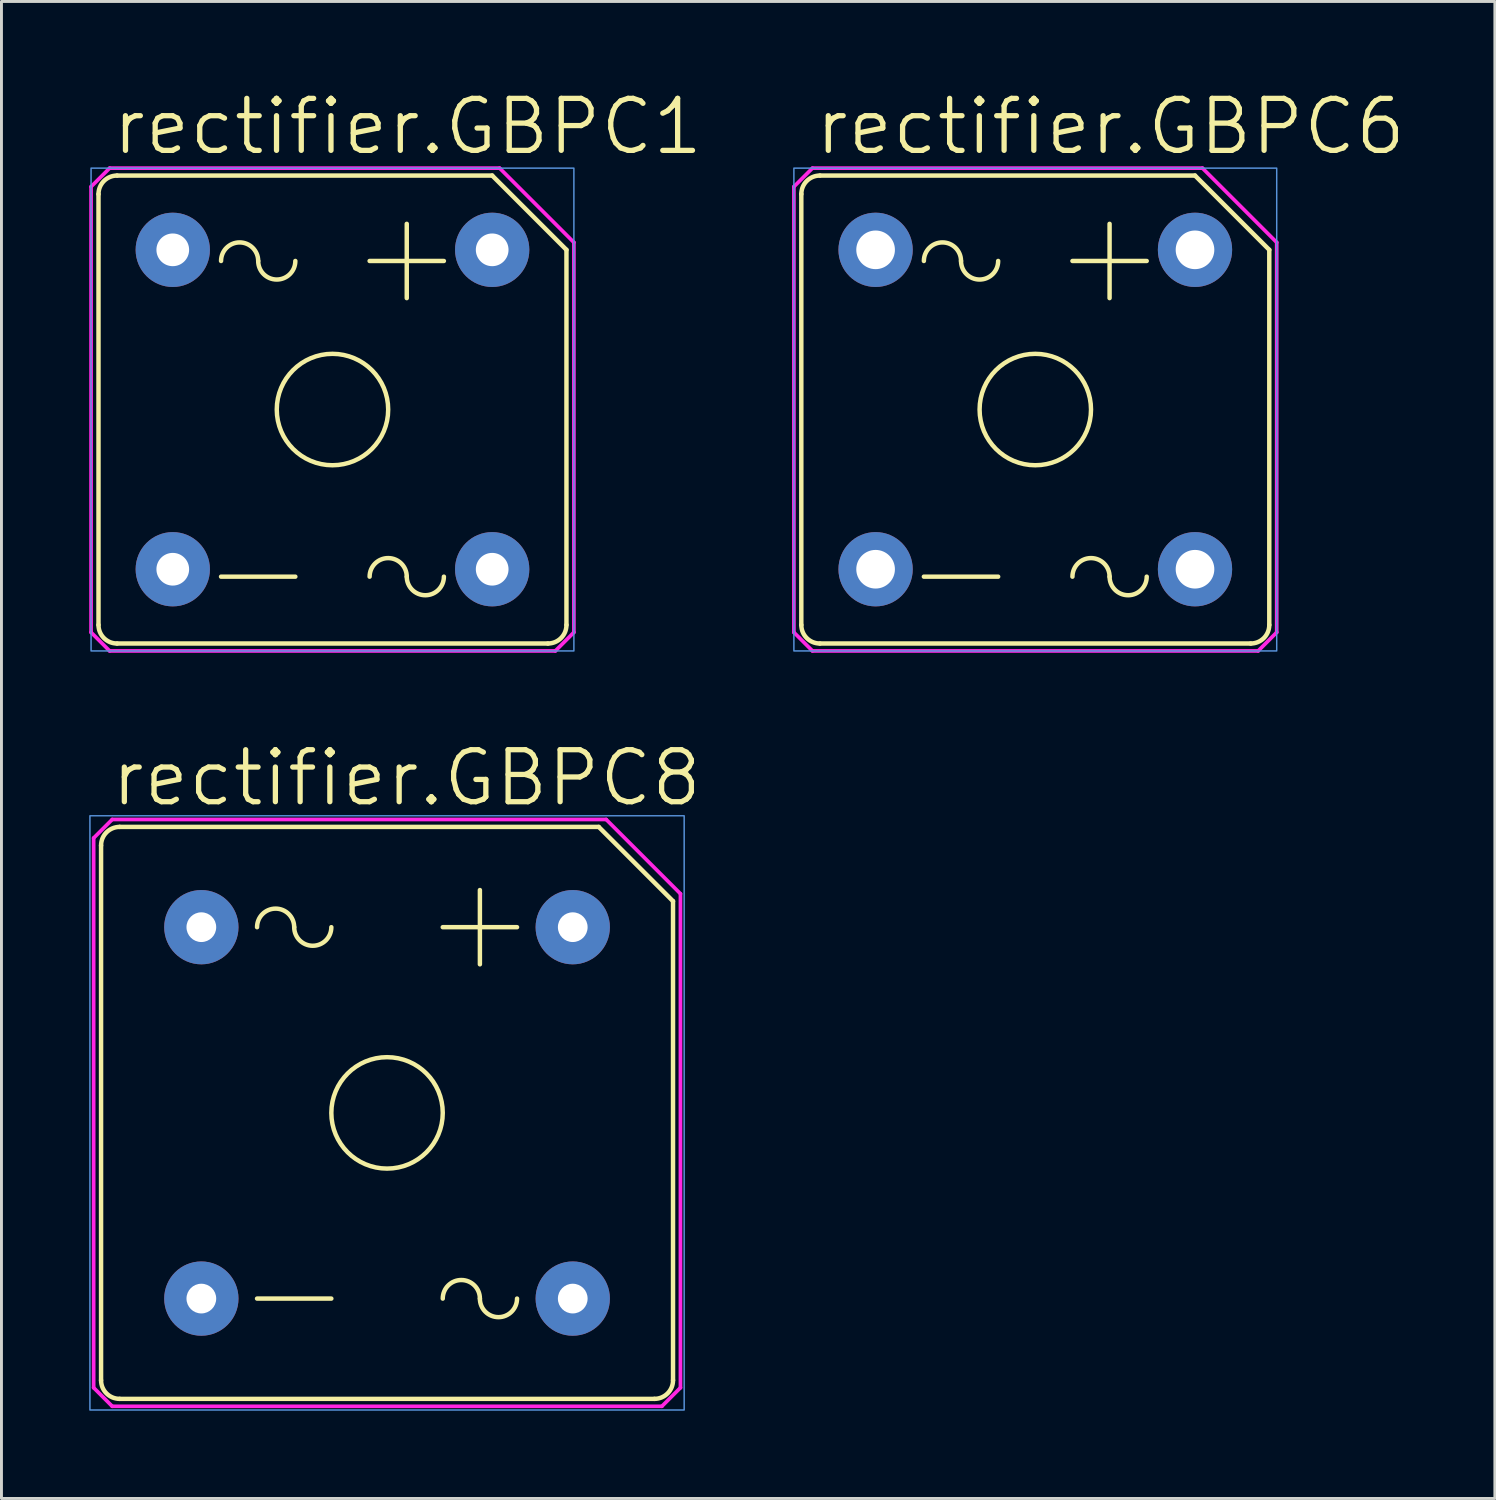
<source format=kicad_pcb>
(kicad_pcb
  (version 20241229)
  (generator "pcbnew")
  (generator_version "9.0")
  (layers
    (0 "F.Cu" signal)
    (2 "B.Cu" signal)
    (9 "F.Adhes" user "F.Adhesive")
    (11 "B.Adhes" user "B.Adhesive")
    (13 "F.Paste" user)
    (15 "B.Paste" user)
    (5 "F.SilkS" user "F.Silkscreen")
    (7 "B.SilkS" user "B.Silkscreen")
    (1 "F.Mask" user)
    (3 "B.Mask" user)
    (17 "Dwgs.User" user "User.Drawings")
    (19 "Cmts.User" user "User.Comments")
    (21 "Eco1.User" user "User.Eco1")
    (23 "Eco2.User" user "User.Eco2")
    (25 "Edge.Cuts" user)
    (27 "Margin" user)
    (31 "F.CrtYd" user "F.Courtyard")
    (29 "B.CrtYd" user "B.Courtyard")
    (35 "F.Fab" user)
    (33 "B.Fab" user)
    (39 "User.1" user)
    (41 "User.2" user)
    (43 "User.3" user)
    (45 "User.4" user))
  (footprint "rectifier.GBPC8"
    (layer "F.Cu")
    (at 10.185 35.005)
    (property "Reference" "rectifier.GBPC8" (at -9.525 -10.414 0) (layer "F.SilkS") (effects (font (size 1.778 1.778) (thickness 0.18)) (justify left bottom)))
    (attr through_hole)
    (fp_line (start -9.779 9.144) (end -9.779 -9.144) (stroke (width 0.152) (type default)) (layer "F.SilkS"))
    (fp_line (start -9.144 -9.779) (end 7.239 -9.779) (stroke (width 0.152) (type default)) (layer "F.SilkS"))
    (fp_line (start -9.144 9.779) (end 9.144 9.779) (stroke (width 0.152) (type default)) (layer "F.SilkS"))
    (fp_line (start -4.445 6.35) (end -1.905 6.35) (stroke (width 0.152) (type default)) (layer "F.SilkS"))
    (fp_line (start 1.905 -6.35) (end 4.445 -6.35) (stroke (width 0.152) (type default)) (layer "F.SilkS"))
    (fp_line (start 3.175 -7.62) (end 3.175 -5.08) (stroke (width 0.152) (type default)) (layer "F.SilkS"))
    (fp_line (start 9.779 -7.239) (end 7.239 -9.779) (stroke (width 0.152) (type default)) (layer "F.SilkS"))
    (fp_line (start 9.779 9.144) (end 9.779 -7.239) (stroke (width 0.152) (type default)) (layer "F.SilkS"))
    (fp_arc (start -9.779 -9.144) (mid -9.593013 -9.593013) (end -9.144 -9.779) (stroke (width 0.1524) (type default)) (layer "F.SilkS"))
    (fp_arc (start -9.144 9.779) (mid -9.593013 9.593013) (end -9.779 9.144) (stroke (width 0.1524) (type default)) (layer "F.SilkS"))
    (fp_arc (start -4.445 -6.35) (mid -3.81 -6.985) (end -3.175 -6.35) (stroke (width 0.1524) (type default)) (layer "F.SilkS"))
    (fp_arc (start -1.905 -6.35) (mid -2.54 -5.715) (end -3.175 -6.35) (stroke (width 0.1524) (type default)) (layer "F.SilkS"))
    (fp_arc (start 1.905 6.35) (mid 2.54 5.715) (end 3.175 6.35) (stroke (width 0.1524) (type default)) (layer "F.SilkS"))
    (fp_arc (start 4.445 6.35) (mid 3.81 6.985) (end 3.175 6.35) (stroke (width 0.1524) (type default)) (layer "F.SilkS"))
    (fp_arc (start 9.779 9.144) (mid 9.593013 9.593013) (end 9.144 9.779) (stroke (width 0.1524) (type default)) (layer "F.SilkS"))
    (fp_circle (center 0 0) (end 1.905 0) (stroke (width 0.152) (type default)) (fill no) (layer "F.SilkS"))
    (fp_rect (start -10.16 10.16) (end 10.16 -10.16) (stroke (width 0.05) (type default)) (fill no) (layer "Cmts.User"))
    (fp_line (start -10.033 9.398) (end -10.033 -9.398) (stroke (width 0.127) (type default)) (layer "F.CrtYd"))
    (fp_line (start -10.033 9.398) (end -9.398 10.033) (stroke (width 0.127) (type default)) (layer "F.CrtYd"))
    (fp_line (start -9.398 -10.033) (end -10.033 -9.398) (stroke (width 0.127) (type default)) (layer "F.CrtYd"))
    (fp_line (start -9.398 -10.033) (end 7.493 -10.033) (stroke (width 0.127) (type default)) (layer "F.CrtYd"))
    (fp_line (start 7.493 -10.033) (end 10.033 -7.493) (stroke (width 0.127) (type default)) (layer "F.CrtYd"))
    (fp_line (start 9.398 10.033) (end -9.398 10.033) (stroke (width 0.127) (type default)) (layer "F.CrtYd"))
    (fp_line (start 9.398 10.033) (end 10.033 9.398) (stroke (width 0.127) (type default)) (layer "F.CrtYd"))
    (fp_line (start 10.033 -7.493) (end 10.033 9.398) (stroke (width 0.127) (type default)) (layer "F.CrtYd"))
    (pad "+" thru_hole circle (at 6.35 -6.35) (size 2.54 2.54) (drill 1.016) (layers "*.Cu" "*.Mask"))
    (pad "-" thru_hole circle (at -6.35 6.35) (size 2.54 2.54) (drill 1.016) (layers "*.Cu" "*.Mask"))
    (pad "AC1" thru_hole circle (at -6.35 -6.35) (size 2.54 2.54) (drill 1.016) (layers "*.Cu" "*.Mask"))
    (pad "AC2" thru_hole circle (at 6.35 6.35) (size 2.54 2.54) (drill 1.016) (layers "*.Cu" "*.Mask")))
  (footprint "rectifier.GBPC1"
    (layer "F.Cu")
    (at 8.319 10.954)
    (property "Reference" "rectifier.GBPC1" (at -7.62 -8.636 0) (layer "F.SilkS") (effects (font (size 1.778 1.778) (thickness 0.18)) (justify left bottom)))
    (attr through_hole)
    (fp_line (start -8.001 7.366) (end -8.001 -7.366) (stroke (width 0.152) (type default)) (layer "F.SilkS"))
    (fp_line (start -7.366 -8.001) (end 5.461 -8.001) (stroke (width 0.152) (type default)) (layer "F.SilkS"))
    (fp_line (start -7.366 8.001) (end 7.366 8.001) (stroke (width 0.152) (type default)) (layer "F.SilkS"))
    (fp_line (start -3.81 5.715) (end -1.27 5.715) (stroke (width 0.152) (type default)) (layer "F.SilkS"))
    (fp_line (start 1.27 -5.08) (end 3.81 -5.08) (stroke (width 0.152) (type default)) (layer "F.SilkS"))
    (fp_line (start 2.54 -6.35) (end 2.54 -3.81) (stroke (width 0.152) (type default)) (layer "F.SilkS"))
    (fp_line (start 8.001 -5.461) (end 5.461 -8.001) (stroke (width 0.152) (type default)) (layer "F.SilkS"))
    (fp_line (start 8.001 7.366) (end 8.001 -5.461) (stroke (width 0.152) (type default)) (layer "F.SilkS"))
    (fp_arc (start -8.001 -7.366) (mid -7.815013 -7.815013) (end -7.366 -8.001) (stroke (width 0.1524) (type default)) (layer "F.SilkS"))
    (fp_arc (start -7.366 8.001) (mid -7.815013 7.815013) (end -8.001 7.366) (stroke (width 0.1524) (type default)) (layer "F.SilkS"))
    (fp_arc (start -3.81 -5.08) (mid -3.175 -5.715) (end -2.54 -5.08) (stroke (width 0.1524) (type default)) (layer "F.SilkS"))
    (fp_arc (start -1.27 -5.08) (mid -1.905 -4.445) (end -2.54 -5.08) (stroke (width 0.1524) (type default)) (layer "F.SilkS"))
    (fp_arc (start 1.27 5.715) (mid 1.905 5.08) (end 2.54 5.715) (stroke (width 0.1524) (type default)) (layer "F.SilkS"))
    (fp_arc (start 3.81 5.715) (mid 3.175 6.35) (end 2.54 5.715) (stroke (width 0.1524) (type default)) (layer "F.SilkS"))
    (fp_arc (start 8.001 7.366) (mid 7.815013 7.815013) (end 7.366 8.001) (stroke (width 0.1524) (type default)) (layer "F.SilkS"))
    (fp_circle (center 0 0) (end 1.905 0) (stroke (width 0.152) (type default)) (fill no) (layer "F.SilkS"))
    (fp_rect (start -8.255 8.255) (end 8.255 -8.255) (stroke (width 0.05) (type default)) (fill no) (layer "Cmts.User"))
    (fp_line (start -8.255 7.62) (end -8.255 -7.62) (stroke (width 0.127) (type default)) (layer "F.CrtYd"))
    (fp_line (start -8.255 7.62) (end -7.62 8.255) (stroke (width 0.127) (type default)) (layer "F.CrtYd"))
    (fp_line (start -7.62 -8.255) (end -8.255 -7.62) (stroke (width 0.127) (type default)) (layer "F.CrtYd"))
    (fp_line (start -7.62 -8.255) (end 5.715 -8.255) (stroke (width 0.127) (type default)) (layer "F.CrtYd"))
    (fp_line (start 5.715 -8.255) (end 8.255 -5.715) (stroke (width 0.127) (type default)) (layer "F.CrtYd"))
    (fp_line (start 7.62 8.255) (end -7.62 8.255) (stroke (width 0.127) (type default)) (layer "F.CrtYd"))
    (fp_line (start 7.62 8.255) (end 8.255 7.62) (stroke (width 0.127) (type default)) (layer "F.CrtYd"))
    (fp_line (start 8.255 -5.715) (end 8.255 7.62) (stroke (width 0.127) (type default)) (layer "F.CrtYd"))
    (pad "+" thru_hole circle (at 5.461 -5.461) (size 2.54 2.54) (drill 1.118) (layers "*.Cu" "*.Mask"))
    (pad "-" thru_hole circle (at -5.461 5.461) (size 2.54 2.54) (drill 1.118) (layers "*.Cu" "*.Mask"))
    (pad "AC1" thru_hole circle (at -5.461 -5.461) (size 2.54 2.54) (drill 1.118) (layers "*.Cu" "*.Mask"))
    (pad "AC2" thru_hole circle (at 5.461 5.461) (size 2.54 2.54) (drill 1.118) (layers "*.Cu" "*.Mask")))
  (footprint "rectifier.GBPC6"
    (layer "F.Cu")
    (at 32.352 10.954)
    (property "Reference" "rectifier.GBPC6" (at -7.62 -8.636 0) (layer "F.SilkS") (effects (font (size 1.778 1.778) (thickness 0.18)) (justify left bottom)))
    (attr through_hole)
    (fp_line (start -8.001 7.366) (end -8.001 -7.366) (stroke (width 0.152) (type default)) (layer "F.SilkS"))
    (fp_line (start -7.366 -8.001) (end 5.461 -8.001) (stroke (width 0.152) (type default)) (layer "F.SilkS"))
    (fp_line (start -7.366 8.001) (end 7.366 8.001) (stroke (width 0.152) (type default)) (layer "F.SilkS"))
    (fp_line (start -3.81 5.715) (end -1.27 5.715) (stroke (width 0.152) (type default)) (layer "F.SilkS"))
    (fp_line (start 1.27 -5.08) (end 3.81 -5.08) (stroke (width 0.152) (type default)) (layer "F.SilkS"))
    (fp_line (start 2.54 -6.35) (end 2.54 -3.81) (stroke (width 0.152) (type default)) (layer "F.SilkS"))
    (fp_line (start 8.001 -5.461) (end 5.461 -8.001) (stroke (width 0.152) (type default)) (layer "F.SilkS"))
    (fp_line (start 8.001 7.366) (end 8.001 -5.461) (stroke (width 0.152) (type default)) (layer "F.SilkS"))
    (fp_arc (start -8.001 -7.366) (mid -7.815013 -7.815013) (end -7.366 -8.001) (stroke (width 0.1524) (type default)) (layer "F.SilkS"))
    (fp_arc (start -7.366 8.001) (mid -7.815013 7.815013) (end -8.001 7.366) (stroke (width 0.1524) (type default)) (layer "F.SilkS"))
    (fp_arc (start -3.81 -5.08) (mid -3.175 -5.715) (end -2.54 -5.08) (stroke (width 0.1524) (type default)) (layer "F.SilkS"))
    (fp_arc (start -1.27 -5.08) (mid -1.905 -4.445) (end -2.54 -5.08) (stroke (width 0.1524) (type default)) (layer "F.SilkS"))
    (fp_arc (start 1.27 5.715) (mid 1.905 5.08) (end 2.54 5.715) (stroke (width 0.1524) (type default)) (layer "F.SilkS"))
    (fp_arc (start 3.81 5.715) (mid 3.175 6.35) (end 2.54 5.715) (stroke (width 0.1524) (type default)) (layer "F.SilkS"))
    (fp_arc (start 8.001 7.366) (mid 7.815013 7.815013) (end 7.366 8.001) (stroke (width 0.1524) (type default)) (layer "F.SilkS"))
    (fp_circle (center 0 0) (end 1.905 0) (stroke (width 0.152) (type default)) (fill no) (layer "F.SilkS"))
    (fp_rect (start -8.255 8.255) (end 8.255 -8.255) (stroke (width 0.05) (type default)) (fill no) (layer "Cmts.User"))
    (fp_line (start -8.255 7.62) (end -8.255 -7.62) (stroke (width 0.127) (type default)) (layer "F.CrtYd"))
    (fp_line (start -8.255 7.62) (end -7.62 8.255) (stroke (width 0.127) (type default)) (layer "F.CrtYd"))
    (fp_line (start -7.62 -8.255) (end -8.255 -7.62) (stroke (width 0.127) (type default)) (layer "F.CrtYd"))
    (fp_line (start -7.62 -8.255) (end 5.715 -8.255) (stroke (width 0.127) (type default)) (layer "F.CrtYd"))
    (fp_line (start 5.715 -8.255) (end 8.255 -5.715) (stroke (width 0.127) (type default)) (layer "F.CrtYd"))
    (fp_line (start 7.62 8.255) (end -7.62 8.255) (stroke (width 0.127) (type default)) (layer "F.CrtYd"))
    (fp_line (start 7.62 8.255) (end 8.255 7.62) (stroke (width 0.127) (type default)) (layer "F.CrtYd"))
    (fp_line (start 8.255 -5.715) (end 8.255 7.62) (stroke (width 0.127) (type default)) (layer "F.CrtYd"))
    (pad "+" thru_hole circle (at 5.461 -5.461) (size 2.54 2.54) (drill 1.321) (layers "*.Cu" "*.Mask"))
    (pad "-" thru_hole circle (at -5.461 5.461) (size 2.54 2.54) (drill 1.321) (layers "*.Cu" "*.Mask"))
    (pad "AC1" thru_hole circle (at -5.461 -5.461) (size 2.54 2.54) (drill 1.321) (layers "*.Cu" "*.Mask"))
    (pad "AC2" thru_hole circle (at 5.461 5.461) (size 2.54 2.54) (drill 1.321) (layers "*.Cu" "*.Mask")))
  (gr_rect
    (start -3 -3)
    (end 48.067 48.19)
    (stroke (width 0.1) (type default))
    (fill no)
    (layer "Edge.Cuts")))
</source>
